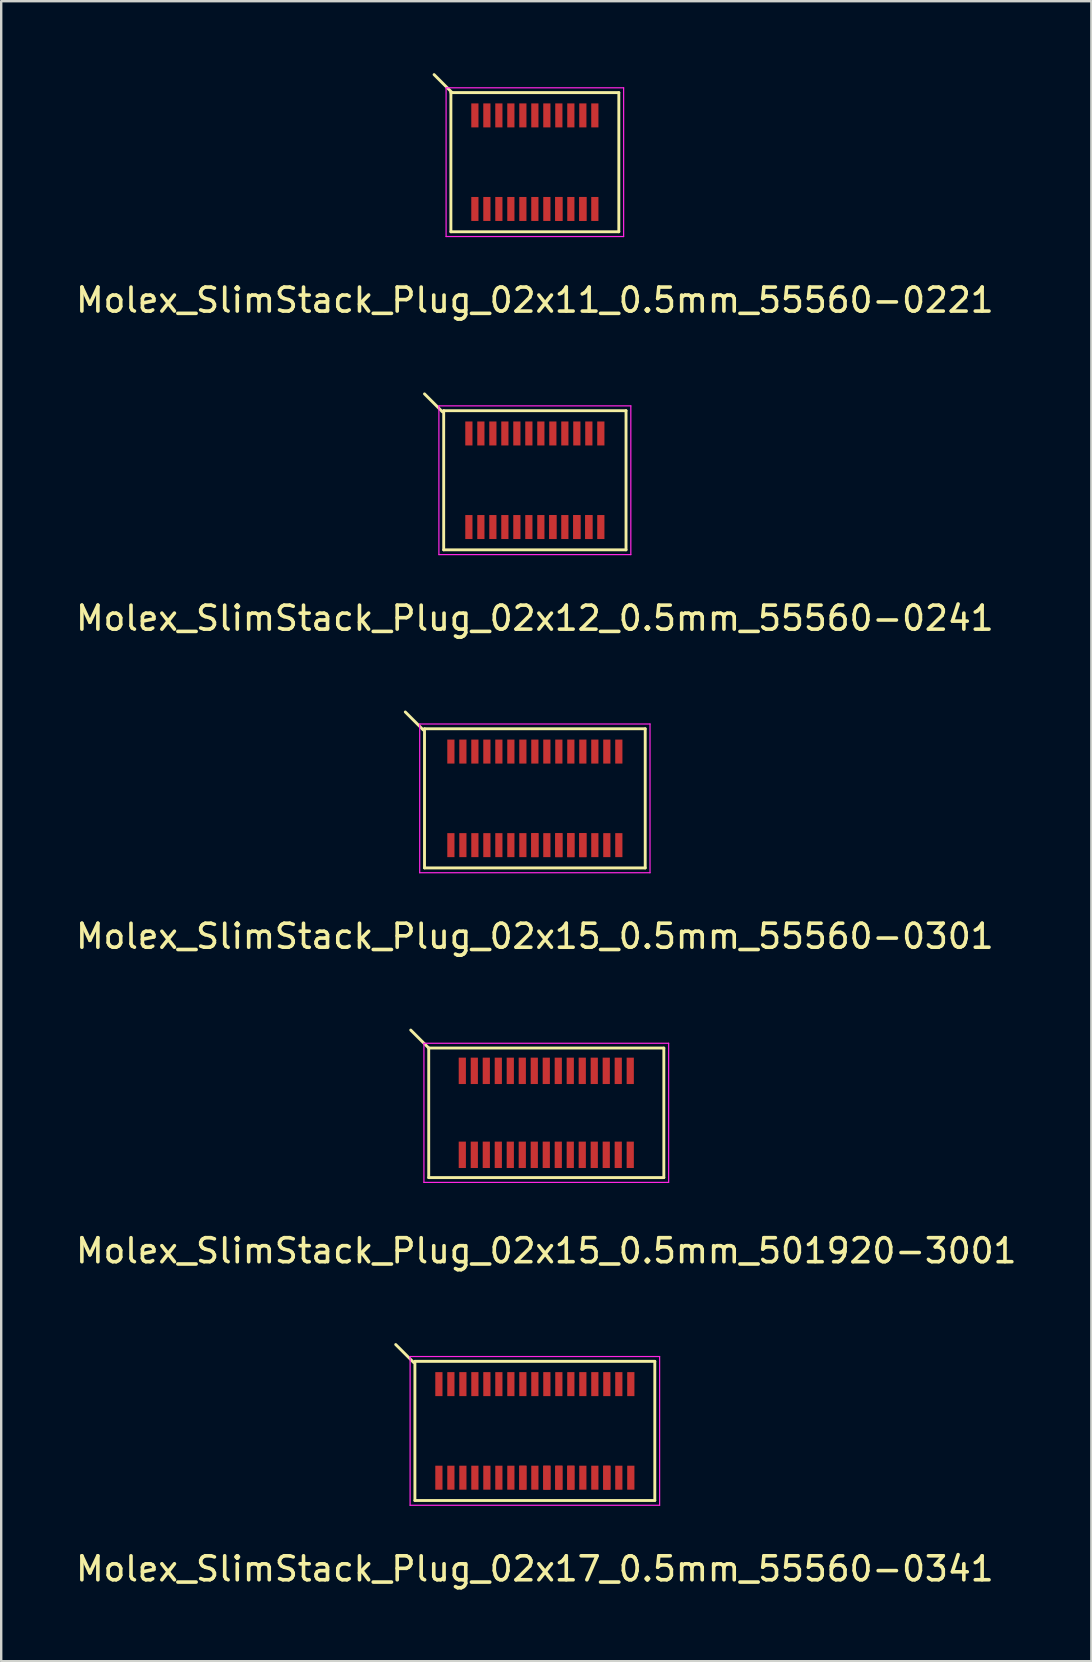
<source format=kicad_pcb>
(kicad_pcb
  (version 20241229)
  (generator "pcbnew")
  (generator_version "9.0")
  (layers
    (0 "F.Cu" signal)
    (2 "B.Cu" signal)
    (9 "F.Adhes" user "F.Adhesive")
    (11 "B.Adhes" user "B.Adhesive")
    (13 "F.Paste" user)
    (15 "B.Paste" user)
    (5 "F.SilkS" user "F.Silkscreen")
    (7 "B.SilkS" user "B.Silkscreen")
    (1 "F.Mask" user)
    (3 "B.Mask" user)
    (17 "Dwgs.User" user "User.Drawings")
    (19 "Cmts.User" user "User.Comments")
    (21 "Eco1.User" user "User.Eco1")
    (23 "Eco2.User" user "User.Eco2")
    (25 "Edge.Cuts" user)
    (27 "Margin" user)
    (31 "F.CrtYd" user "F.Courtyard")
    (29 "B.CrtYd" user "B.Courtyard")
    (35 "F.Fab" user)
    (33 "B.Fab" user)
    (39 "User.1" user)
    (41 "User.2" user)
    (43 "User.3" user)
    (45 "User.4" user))
  (footprint "Molex_SlimStack_Plug_02x17_0.5mm_55560-0341"
    (layer "F.Cu")
    (at 19.244 56.593)
    (property "Reference" "Molex_SlimStack_Plug_02x17_0.5mm_55560-0341" (at 0 5.75 0) (layer "F.SilkS") (effects (font (size 1 1) (thickness 0.15))))
    (attr smd)
    (fp_line (start -5.05 -2.85) (end -5.8 -3.6) (stroke (width 0.12) (type solid)) (layer "F.SilkS"))
    (fp_line (start -5 -2.9) (end -5 2.9) (stroke (width 0.12) (type solid)) (layer "F.SilkS"))
    (fp_line (start -5 2.9) (end 5 2.9) (stroke (width 0.12) (type solid)) (layer "F.SilkS"))
    (fp_line (start 5 -2.9) (end -5 -2.9) (stroke (width 0.12) (type solid)) (layer "F.SilkS"))
    (fp_line (start 5 2.9) (end 5 -2.9) (stroke (width 0.12) (type solid)) (layer "F.SilkS"))
    (fp_line (start -5.2 -3.1) (end -5.2 3.1) (stroke (width 0.05) (type solid)) (layer "F.CrtYd"))
    (fp_line (start -5.2 3.1) (end 5.2 3.1) (stroke (width 0.05) (type solid)) (layer "F.CrtYd"))
    (fp_line (start 5.2 -3.1) (end -5.2 -3.1) (stroke (width 0.05) (type solid)) (layer "F.CrtYd"))
    (fp_line (start 5.2 3.1) (end 5.2 -3.1) (stroke (width 0.05) (type solid)) (layer "F.CrtYd"))
    (pad "1" smd rect (at -4 -1.95) (size 0.3 1) (layers "F.Cu" "F.Mask" "F.Paste"))
    (pad "2" smd rect (at -4 1.95) (size 0.3 1) (layers "F.Cu" "F.Mask" "F.Paste"))
    (pad "3" smd rect (at -3.5 -1.95) (size 0.3 1) (layers "F.Cu" "F.Mask" "F.Paste"))
    (pad "4" smd rect (at -3.5 1.95) (size 0.3 1) (layers "F.Cu" "F.Mask" "F.Paste"))
    (pad "5" smd rect (at -3 -1.95) (size 0.3 1) (layers "F.Cu" "F.Mask" "F.Paste"))
    (pad "6" smd rect (at -3 1.95) (size 0.3 1) (layers "F.Cu" "F.Mask" "F.Paste"))
    (pad "7" smd rect (at -2.5 -1.95) (size 0.3 1) (layers "F.Cu" "F.Mask" "F.Paste"))
    (pad "8" smd rect (at -2.5 1.95) (size 0.3 1) (layers "F.Cu" "F.Mask" "F.Paste"))
    (pad "9" smd rect (at -2 -1.95) (size 0.3 1) (layers "F.Cu" "F.Mask" "F.Paste"))
    (pad "10" smd rect (at -2 1.95) (size 0.3 1) (layers "F.Cu" "F.Mask" "F.Paste"))
    (pad "11" smd rect (at -1.5 -1.95) (size 0.3 1) (layers "F.Cu" "F.Mask" "F.Paste"))
    (pad "12" smd rect (at -1.5 1.95) (size 0.3 1) (layers "F.Cu" "F.Mask" "F.Paste"))
    (pad "13" smd rect (at -1 -1.95) (size 0.3 1) (layers "F.Cu" "F.Mask" "F.Paste"))
    (pad "14" smd rect (at -1 1.95) (size 0.3 1) (layers "F.Cu" "F.Mask" "F.Paste"))
    (pad "15" smd rect (at -0.5 -1.95) (size 0.3 1) (layers "F.Cu" "F.Mask" "F.Paste"))
    (pad "16" smd rect (at -0.5 1.95) (size 0.3 1) (layers "F.Cu" "F.Mask" "F.Paste"))
    (pad "16" smd rect (at -0.5 1.95) (size 0.3 1) (layers "F.Cu" "F.Mask" "F.Paste"))
    (pad "17" smd rect (at 0 -1.95) (size 0.3 1) (layers "F.Cu" "F.Mask" "F.Paste"))
    (pad "18" smd rect (at 0 1.95) (size 0.3 1) (layers "F.Cu" "F.Mask" "F.Paste"))
    (pad "19" smd rect (at 0.5 -1.95) (size 0.3 1) (layers "F.Cu" "F.Mask" "F.Paste"))
    (pad "20" smd rect (at 0.5 1.95) (size 0.3 1) (layers "F.Cu" "F.Mask" "F.Paste"))
    (pad "20" smd rect (at 0.5 1.95) (size 0.3 1) (layers "F.Cu" "F.Mask" "F.Paste"))
    (pad "21" smd rect (at 1 -1.95) (size 0.3 1) (layers "F.Cu" "F.Mask" "F.Paste"))
    (pad "22" smd rect (at 1 1.95) (size 0.3 1) (layers "F.Cu" "F.Mask" "F.Paste"))
    (pad "22" smd rect (at 1 1.95) (size 0.3 1) (layers "F.Cu" "F.Mask" "F.Paste"))
    (pad "23" smd rect (at 1.5 -1.95) (size 0.3 1) (layers "F.Cu" "F.Mask" "F.Paste"))
    (pad "24" smd rect (at 1.5 1.95) (size 0.3 1) (layers "F.Cu" "F.Mask" "F.Paste"))
    (pad "24" smd rect (at 1.5 1.95) (size 0.3 1) (layers "F.Cu" "F.Mask" "F.Paste"))
    (pad "25" smd rect (at 2 -1.95) (size 0.3 1) (layers "F.Cu" "F.Mask" "F.Paste"))
    (pad "26" smd rect (at 2 1.95) (size 0.3 1) (layers "F.Cu" "F.Mask" "F.Paste"))
    (pad "27" smd rect (at 2.5 -1.95) (size 0.3 1) (layers "F.Cu" "F.Mask" "F.Paste"))
    (pad "28" smd rect (at 2.5 1.95) (size 0.3 1) (layers "F.Cu" "F.Mask" "F.Paste"))
    (pad "29" smd rect (at 3 -1.95) (size 0.3 1) (layers "F.Cu" "F.Mask" "F.Paste"))
    (pad "30" smd rect (at 3 1.95) (size 0.3 1) (layers "F.Cu" "F.Mask" "F.Paste"))
    (pad "30" smd rect (at 3 1.95) (size 0.3 1) (layers "F.Cu" "F.Mask" "F.Paste"))
    (pad "31" smd rect (at 3.5 -1.95) (size 0.3 1) (layers "F.Cu" "F.Mask" "F.Paste"))
    (pad "32" smd rect (at 3.5 1.95) (size 0.3 1) (layers "F.Cu" "F.Mask" "F.Paste"))
    (pad "33" smd rect (at 4 -1.95) (size 0.3 1) (layers "F.Cu" "F.Mask" "F.Paste"))
    (pad "34" smd rect (at 4 1.95) (size 0.3 1) (layers "F.Cu" "F.Mask" "F.Paste")))
  (footprint "Molex_SlimStack_Plug_02x15_0.5mm_55560-0301"
    (layer "F.Cu")
    (at 19.244 30.227)
    (property "Reference" "Molex_SlimStack_Plug_02x15_0.5mm_55560-0301" (at 0 5.75 0) (layer "F.SilkS") (effects (font (size 1 1) (thickness 0.15))))
    (attr smd)
    (fp_line (start -4.65 -2.85) (end -5.4 -3.6) (stroke (width 0.12) (type solid)) (layer "F.SilkS"))
    (fp_line (start -4.6 -2.9) (end -4.6 2.9) (stroke (width 0.12) (type solid)) (layer "F.SilkS"))
    (fp_line (start -4.6 2.9) (end 4.6 2.9) (stroke (width 0.12) (type solid)) (layer "F.SilkS"))
    (fp_line (start 4.6 -2.9) (end -4.6 -2.9) (stroke (width 0.12) (type solid)) (layer "F.SilkS"))
    (fp_line (start 4.6 2.9) (end 4.6 -2.9) (stroke (width 0.12) (type solid)) (layer "F.SilkS"))
    (fp_line (start -4.8 -3.1) (end -4.8 3.1) (stroke (width 0.05) (type solid)) (layer "F.CrtYd"))
    (fp_line (start -4.8 3.1) (end 4.8 3.1) (stroke (width 0.05) (type solid)) (layer "F.CrtYd"))
    (fp_line (start 4.8 -3.1) (end -4.8 -3.1) (stroke (width 0.05) (type solid)) (layer "F.CrtYd"))
    (fp_line (start 4.8 3.1) (end 4.8 -3.1) (stroke (width 0.05) (type solid)) (layer "F.CrtYd"))
    (pad "1" smd rect (at -3.5 -1.95) (size 0.3 1) (layers "F.Cu" "F.Mask" "F.Paste"))
    (pad "2" smd rect (at -3.5 1.95) (size 0.3 1) (layers "F.Cu" "F.Mask" "F.Paste"))
    (pad "3" smd rect (at -3 -1.95) (size 0.3 1) (layers "F.Cu" "F.Mask" "F.Paste"))
    (pad "4" smd rect (at -3 1.95) (size 0.3 1) (layers "F.Cu" "F.Mask" "F.Paste"))
    (pad "5" smd rect (at -2.5 -1.95) (size 0.3 1) (layers "F.Cu" "F.Mask" "F.Paste"))
    (pad "6" smd rect (at -2.5 1.95) (size 0.3 1) (layers "F.Cu" "F.Mask" "F.Paste"))
    (pad "7" smd rect (at -2 -1.95) (size 0.3 1) (layers "F.Cu" "F.Mask" "F.Paste"))
    (pad "8" smd rect (at -2 1.95) (size 0.3 1) (layers "F.Cu" "F.Mask" "F.Paste"))
    (pad "9" smd rect (at -1.5 -1.95) (size 0.3 1) (layers "F.Cu" "F.Mask" "F.Paste"))
    (pad "10" smd rect (at -1.5 1.95) (size 0.3 1) (layers "F.Cu" "F.Mask" "F.Paste"))
    (pad "11" smd rect (at -1 -1.95) (size 0.3 1) (layers "F.Cu" "F.Mask" "F.Paste"))
    (pad "12" smd rect (at -1 1.95) (size 0.3 1) (layers "F.Cu" "F.Mask" "F.Paste"))
    (pad "13" smd rect (at -0.5 -1.95) (size 0.3 1) (layers "F.Cu" "F.Mask" "F.Paste"))
    (pad "14" smd rect (at -0.5 1.95) (size 0.3 1) (layers "F.Cu" "F.Mask" "F.Paste"))
    (pad "15" smd rect (at 0 -1.95) (size 0.3 1) (layers "F.Cu" "F.Mask" "F.Paste"))
    (pad "16" smd rect (at 0 1.95) (size 0.3 1) (layers "F.Cu" "F.Mask" "F.Paste"))
    (pad "16" smd rect (at 0 1.95) (size 0.3 1) (layers "F.Cu" "F.Mask" "F.Paste"))
    (pad "17" smd rect (at 0.5 -1.95) (size 0.3 1) (layers "F.Cu" "F.Mask" "F.Paste"))
    (pad "18" smd rect (at 0.5 1.95) (size 0.3 1) (layers "F.Cu" "F.Mask" "F.Paste"))
    (pad "19" smd rect (at 1 -1.95) (size 0.3 1) (layers "F.Cu" "F.Mask" "F.Paste"))
    (pad "20" smd rect (at 1 1.95) (size 0.3 1) (layers "F.Cu" "F.Mask" "F.Paste"))
    (pad "20" smd rect (at 1 1.95) (size 0.3 1) (layers "F.Cu" "F.Mask" "F.Paste"))
    (pad "21" smd rect (at 1.5 -1.95) (size 0.3 1) (layers "F.Cu" "F.Mask" "F.Paste"))
    (pad "22" smd rect (at 1.5 1.95) (size 0.3 1) (layers "F.Cu" "F.Mask" "F.Paste"))
    (pad "22" smd rect (at 1.5 1.95) (size 0.3 1) (layers "F.Cu" "F.Mask" "F.Paste"))
    (pad "23" smd rect (at 2 -1.95) (size 0.3 1) (layers "F.Cu" "F.Mask" "F.Paste"))
    (pad "24" smd rect (at 2 1.95) (size 0.3 1) (layers "F.Cu" "F.Mask" "F.Paste"))
    (pad "24" smd rect (at 2 1.95) (size 0.3 1) (layers "F.Cu" "F.Mask" "F.Paste"))
    (pad "25" smd rect (at 2.5 -1.95) (size 0.3 1) (layers "F.Cu" "F.Mask" "F.Paste"))
    (pad "26" smd rect (at 2.5 1.95) (size 0.3 1) (layers "F.Cu" "F.Mask" "F.Paste"))
    (pad "27" smd rect (at 3 -1.95) (size 0.3 1) (layers "F.Cu" "F.Mask" "F.Paste"))
    (pad "28" smd rect (at 3 1.95) (size 0.3 1) (layers "F.Cu" "F.Mask" "F.Paste"))
    (pad "29" smd rect (at 3.5 -1.95) (size 0.3 1) (layers "F.Cu" "F.Mask" "F.Paste"))
    (pad "30" smd rect (at 3.5 1.95) (size 0.3 1) (layers "F.Cu" "F.Mask" "F.Paste")))
  (footprint "Molex_SlimStack_Plug_02x15_0.5mm_501920-3001"
    (layer "F.Cu")
    (at 19.72 43.335)
    (property "Reference" "Molex_SlimStack_Plug_02x15_0.5mm_501920-3001" (at 0 5.75 0) (layer "F.SilkS") (effects (font (size 1 1) (thickness 0.15))))
    (attr smd)
    (fp_line (start -4.9 -2.7) (end -5.65 -3.45) (stroke (width 0.12) (type solid)) (layer "F.SilkS"))
    (fp_line (start -4.9 -2.7) (end -4.9 2.7) (stroke (width 0.12) (type solid)) (layer "F.SilkS"))
    (fp_line (start -4.9 2.7) (end 4.9 2.7) (stroke (width 0.12) (type solid)) (layer "F.SilkS"))
    (fp_line (start 4.9 -2.7) (end -4.9 -2.7) (stroke (width 0.12) (type solid)) (layer "F.SilkS"))
    (fp_line (start 4.9 2.7) (end 4.9 -2.7) (stroke (width 0.12) (type solid)) (layer "F.SilkS"))
    (fp_line (start -5.1 -2.9) (end -5.1 2.9) (stroke (width 0.05) (type solid)) (layer "F.CrtYd"))
    (fp_line (start -5.1 2.9) (end 5.1 2.9) (stroke (width 0.05) (type solid)) (layer "F.CrtYd"))
    (fp_line (start 5.1 -2.9) (end -5.1 -2.9) (stroke (width 0.05) (type solid)) (layer "F.CrtYd"))
    (fp_line (start 5.1 2.9) (end 5.1 -2.9) (stroke (width 0.05) (type solid)) (layer "F.CrtYd"))
    (pad "1" smd rect (at -3.5 -1.75) (size 0.3 1.1) (layers "F.Cu" "F.Mask" "F.Paste"))
    (pad "2" smd rect (at -3.5 1.75) (size 0.3 1.1) (layers "F.Cu" "F.Mask" "F.Paste"))
    (pad "3" smd rect (at -3 -1.75) (size 0.3 1.1) (layers "F.Cu" "F.Mask" "F.Paste"))
    (pad "4" smd rect (at -3 1.75) (size 0.3 1.1) (layers "F.Cu" "F.Mask" "F.Paste"))
    (pad "5" smd rect (at -2.5 -1.75) (size 0.3 1.1) (layers "F.Cu" "F.Mask" "F.Paste"))
    (pad "6" smd rect (at -2.5 1.75) (size 0.3 1.1) (layers "F.Cu" "F.Mask" "F.Paste"))
    (pad "7" smd rect (at -2 -1.75) (size 0.3 1.1) (layers "F.Cu" "F.Mask" "F.Paste"))
    (pad "8" smd rect (at -2 1.75) (size 0.3 1.1) (layers "F.Cu" "F.Mask" "F.Paste"))
    (pad "9" smd rect (at -1.5 -1.75) (size 0.3 1.1) (layers "F.Cu" "F.Mask" "F.Paste"))
    (pad "10" smd rect (at -1.5 1.75) (size 0.3 1.1) (layers "F.Cu" "F.Mask" "F.Paste"))
    (pad "11" smd rect (at -1 -1.75) (size 0.3 1.1) (layers "F.Cu" "F.Mask" "F.Paste"))
    (pad "12" smd rect (at -1 1.75) (size 0.3 1.1) (layers "F.Cu" "F.Mask" "F.Paste"))
    (pad "13" smd rect (at -0.5 -1.75) (size 0.3 1.1) (layers "F.Cu" "F.Mask" "F.Paste"))
    (pad "14" smd rect (at -0.5 1.75) (size 0.3 1.1) (layers "F.Cu" "F.Mask" "F.Paste"))
    (pad "15" smd rect (at 0 -1.75) (size 0.3 1.1) (layers "F.Cu" "F.Mask" "F.Paste"))
    (pad "16" smd rect (at 0 1.75) (size 0.3 1.1) (layers "F.Cu" "F.Mask" "F.Paste"))
    (pad "17" smd rect (at 0.5 -1.75) (size 0.3 1.1) (layers "F.Cu" "F.Mask" "F.Paste"))
    (pad "18" smd rect (at 0.5 1.75) (size 0.3 1.1) (layers "F.Cu" "F.Mask" "F.Paste"))
    (pad "19" smd rect (at 1 -1.75) (size 0.3 1.1) (layers "F.Cu" "F.Mask" "F.Paste"))
    (pad "20" smd rect (at 1 1.75) (size 0.3 1.1) (layers "F.Cu" "F.Mask" "F.Paste"))
    (pad "21" smd rect (at 1.5 -1.75) (size 0.3 1.1) (layers "F.Cu" "F.Mask" "F.Paste"))
    (pad "22" smd rect (at 1.5 1.75) (size 0.3 1.1) (layers "F.Cu" "F.Mask" "F.Paste"))
    (pad "23" smd rect (at 2 -1.75) (size 0.3 1.1) (layers "F.Cu" "F.Mask" "F.Paste"))
    (pad "24" smd rect (at 2 1.75) (size 0.3 1.1) (layers "F.Cu" "F.Mask" "F.Paste"))
    (pad "25" smd rect (at 2.5 -1.75) (size 0.3 1.1) (layers "F.Cu" "F.Mask" "F.Paste"))
    (pad "26" smd rect (at 2.5 1.75) (size 0.3 1.1) (layers "F.Cu" "F.Mask" "F.Paste"))
    (pad "27" smd rect (at 3 -1.75) (size 0.3 1.1) (layers "F.Cu" "F.Mask" "F.Paste"))
    (pad "28" smd rect (at 3 1.75) (size 0.3 1.1) (layers "F.Cu" "F.Mask" "F.Paste"))
    (pad "29" smd rect (at 3.5 -1.75) (size 0.3 1.1) (layers "F.Cu" "F.Mask" "F.Paste"))
    (pad "30" smd rect (at 3.5 1.75) (size 0.3 1.1) (layers "F.Cu" "F.Mask" "F.Paste")))
  (footprint "Molex_SlimStack_Plug_02x12_0.5mm_55560-0241"
    (layer "F.Cu")
    (at 19.244 16.968)
    (property "Reference" "Molex_SlimStack_Plug_02x12_0.5mm_55560-0241" (at 0 5.75 0) (layer "F.SilkS") (effects (font (size 1 1) (thickness 0.15))))
    (attr smd)
    (fp_line (start -3.85 -2.85) (end -4.6 -3.6) (stroke (width 0.12) (type solid)) (layer "F.SilkS"))
    (fp_line (start -3.8 -2.9) (end -3.8 2.9) (stroke (width 0.12) (type solid)) (layer "F.SilkS"))
    (fp_line (start -3.8 2.9) (end 3.8 2.9) (stroke (width 0.12) (type solid)) (layer "F.SilkS"))
    (fp_line (start 3.8 -2.9) (end -3.8 -2.9) (stroke (width 0.12) (type solid)) (layer "F.SilkS"))
    (fp_line (start 3.8 2.9) (end 3.8 -2.9) (stroke (width 0.12) (type solid)) (layer "F.SilkS"))
    (fp_line (start -4 -3.1) (end -4 3.1) (stroke (width 0.05) (type solid)) (layer "F.CrtYd"))
    (fp_line (start -4 3.1) (end 4 3.1) (stroke (width 0.05) (type solid)) (layer "F.CrtYd"))
    (fp_line (start 4 -3.1) (end -4 -3.1) (stroke (width 0.05) (type solid)) (layer "F.CrtYd"))
    (fp_line (start 4 3.1) (end 4 -3.1) (stroke (width 0.05) (type solid)) (layer "F.CrtYd"))
    (pad "1" smd rect (at -2.75 -1.95) (size 0.3 1) (layers "F.Cu" "F.Mask" "F.Paste"))
    (pad "2" smd rect (at -2.75 1.95) (size 0.3 1) (layers "F.Cu" "F.Mask" "F.Paste"))
    (pad "3" smd rect (at -2.25 -1.95) (size 0.3 1) (layers "F.Cu" "F.Mask" "F.Paste"))
    (pad "4" smd rect (at -2.25 1.95) (size 0.3 1) (layers "F.Cu" "F.Mask" "F.Paste"))
    (pad "5" smd rect (at -1.75 -1.95) (size 0.3 1) (layers "F.Cu" "F.Mask" "F.Paste"))
    (pad "6" smd rect (at -1.75 1.95) (size 0.3 1) (layers "F.Cu" "F.Mask" "F.Paste"))
    (pad "7" smd rect (at -1.25 -1.95) (size 0.3 1) (layers "F.Cu" "F.Mask" "F.Paste"))
    (pad "8" smd rect (at -1.25 1.95) (size 0.3 1) (layers "F.Cu" "F.Mask" "F.Paste"))
    (pad "9" smd rect (at -0.75 -1.95) (size 0.3 1) (layers "F.Cu" "F.Mask" "F.Paste"))
    (pad "10" smd rect (at -0.75 1.95) (size 0.3 1) (layers "F.Cu" "F.Mask" "F.Paste"))
    (pad "11" smd rect (at -0.25 -1.95) (size 0.3 1) (layers "F.Cu" "F.Mask" "F.Paste"))
    (pad "12" smd rect (at -0.25 1.95) (size 0.3 1) (layers "F.Cu" "F.Mask" "F.Paste"))
    (pad "13" smd rect (at 0.25 -1.95) (size 0.3 1) (layers "F.Cu" "F.Mask" "F.Paste"))
    (pad "14" smd rect (at 0.25 1.95) (size 0.3 1) (layers "F.Cu" "F.Mask" "F.Paste"))
    (pad "15" smd rect (at 0.75 -1.95) (size 0.3 1) (layers "F.Cu" "F.Mask" "F.Paste"))
    (pad "16" smd rect (at 0.75 1.95) (size 0.3 1) (layers "F.Cu" "F.Mask" "F.Paste"))
    (pad "16" smd rect (at 0.75 1.95) (size 0.3 1) (layers "F.Cu" "F.Mask" "F.Paste"))
    (pad "17" smd rect (at 1.25 -1.95) (size 0.3 1) (layers "F.Cu" "F.Mask" "F.Paste"))
    (pad "18" smd rect (at 1.25 1.95) (size 0.3 1) (layers "F.Cu" "F.Mask" "F.Paste"))
    (pad "19" smd rect (at 1.75 -1.95) (size 0.3 1) (layers "F.Cu" "F.Mask" "F.Paste"))
    (pad "20" smd rect (at 1.75 1.95) (size 0.3 1) (layers "F.Cu" "F.Mask" "F.Paste"))
    (pad "20" smd rect (at 1.75 1.95) (size 0.3 1) (layers "F.Cu" "F.Mask" "F.Paste"))
    (pad "21" smd rect (at 2.25 -1.95) (size 0.3 1) (layers "F.Cu" "F.Mask" "F.Paste"))
    (pad "22" smd rect (at 2.25 1.95) (size 0.3 1) (layers "F.Cu" "F.Mask" "F.Paste"))
    (pad "22" smd rect (at 2.25 1.95) (size 0.3 1) (layers "F.Cu" "F.Mask" "F.Paste"))
    (pad "23" smd rect (at 2.75 -1.95) (size 0.3 1) (layers "F.Cu" "F.Mask" "F.Paste"))
    (pad "24" smd rect (at 2.75 1.95) (size 0.3 1) (layers "F.Cu" "F.Mask" "F.Paste")))
  (footprint "Molex_SlimStack_Plug_02x11_0.5mm_55560-0221"
    (layer "F.Cu")
    (at 19.244 3.71)
    (property "Reference" "Molex_SlimStack_Plug_02x11_0.5mm_55560-0221" (at 0 5.75 0) (layer "F.SilkS") (effects (font (size 1 1) (thickness 0.15))))
    (attr smd)
    (fp_line (start -3.5 -2.9) (end -3.5 2.9) (stroke (width 0.12) (type solid)) (layer "F.SilkS"))
    (fp_line (start -3.5 2.9) (end 3.5 2.9) (stroke (width 0.12) (type solid)) (layer "F.SilkS"))
    (fp_line (start -3.45 -2.9) (end -4.2 -3.65) (stroke (width 0.12) (type solid)) (layer "F.SilkS"))
    (fp_line (start 3.5 -2.9) (end -3.5 -2.9) (stroke (width 0.12) (type solid)) (layer "F.SilkS"))
    (fp_line (start 3.5 2.9) (end 3.5 -2.9) (stroke (width 0.12) (type solid)) (layer "F.SilkS"))
    (fp_line (start -3.7 -3.1) (end -3.7 3.1) (stroke (width 0.05) (type solid)) (layer "F.CrtYd"))
    (fp_line (start -3.7 3.1) (end 3.7 3.1) (stroke (width 0.05) (type solid)) (layer "F.CrtYd"))
    (fp_line (start 3.7 -3.1) (end -3.7 -3.1) (stroke (width 0.05) (type solid)) (layer "F.CrtYd"))
    (fp_line (start 3.7 3.1) (end 3.7 -3.1) (stroke (width 0.05) (type solid)) (layer "F.CrtYd"))
    (pad "1" smd rect (at -2.5 -1.95) (size 0.3 1) (layers "F.Cu" "F.Mask" "F.Paste"))
    (pad "2" smd rect (at -2.5 1.95) (size 0.3 1) (layers "F.Cu" "F.Mask" "F.Paste"))
    (pad "3" smd rect (at -2 -1.95) (size 0.3 1) (layers "F.Cu" "F.Mask" "F.Paste"))
    (pad "4" smd rect (at -2 1.95) (size 0.3 1) (layers "F.Cu" "F.Mask" "F.Paste"))
    (pad "5" smd rect (at -1.5 -1.95) (size 0.3 1) (layers "F.Cu" "F.Mask" "F.Paste"))
    (pad "6" smd rect (at -1.5 1.95) (size 0.3 1) (layers "F.Cu" "F.Mask" "F.Paste"))
    (pad "7" smd rect (at -1 -1.95) (size 0.3 1) (layers "F.Cu" "F.Mask" "F.Paste"))
    (pad "8" smd rect (at -1 1.95) (size 0.3 1) (layers "F.Cu" "F.Mask" "F.Paste"))
    (pad "9" smd rect (at -0.5 -1.95) (size 0.3 1) (layers "F.Cu" "F.Mask" "F.Paste"))
    (pad "10" smd rect (at -0.5 1.95) (size 0.3 1) (layers "F.Cu" "F.Mask" "F.Paste"))
    (pad "11" smd rect (at 0 -1.95) (size 0.3 1) (layers "F.Cu" "F.Mask" "F.Paste"))
    (pad "12" smd rect (at 0 1.95) (size 0.3 1) (layers "F.Cu" "F.Mask" "F.Paste"))
    (pad "13" smd rect (at 0.5 -1.95) (size 0.3 1) (layers "F.Cu" "F.Mask" "F.Paste"))
    (pad "14" smd rect (at 0.5 1.95) (size 0.3 1) (layers "F.Cu" "F.Mask" "F.Paste"))
    (pad "15" smd rect (at 1 -1.95) (size 0.3 1) (layers "F.Cu" "F.Mask" "F.Paste"))
    (pad "16" smd rect (at 1 1.95) (size 0.3 1) (layers "F.Cu" "F.Mask" "F.Paste"))
    (pad "16" smd rect (at 1 1.95) (size 0.3 1) (layers "F.Cu" "F.Mask" "F.Paste"))
    (pad "17" smd rect (at 1.5 -1.95) (size 0.3 1) (layers "F.Cu" "F.Mask" "F.Paste"))
    (pad "18" smd rect (at 1.5 1.95) (size 0.3 1) (layers "F.Cu" "F.Mask" "F.Paste"))
    (pad "19" smd rect (at 2 -1.95) (size 0.3 1) (layers "F.Cu" "F.Mask" "F.Paste"))
    (pad "20" smd rect (at 2 1.95) (size 0.3 1) (layers "F.Cu" "F.Mask" "F.Paste"))
    (pad "20" smd rect (at 2 1.95) (size 0.3 1) (layers "F.Cu" "F.Mask" "F.Paste"))
    (pad "21" smd rect (at 2.5 -1.95) (size 0.3 1) (layers "F.Cu" "F.Mask" "F.Paste"))
    (pad "22" smd rect (at 2.5 1.95) (size 0.3 1) (layers "F.Cu" "F.Mask" "F.Paste")))
  (gr_rect
    (start -3 -3)
    (end 42.44 66.191)
    (stroke (width 0.1) (type default))
    (fill no)
    (layer "Edge.Cuts")))
</source>
